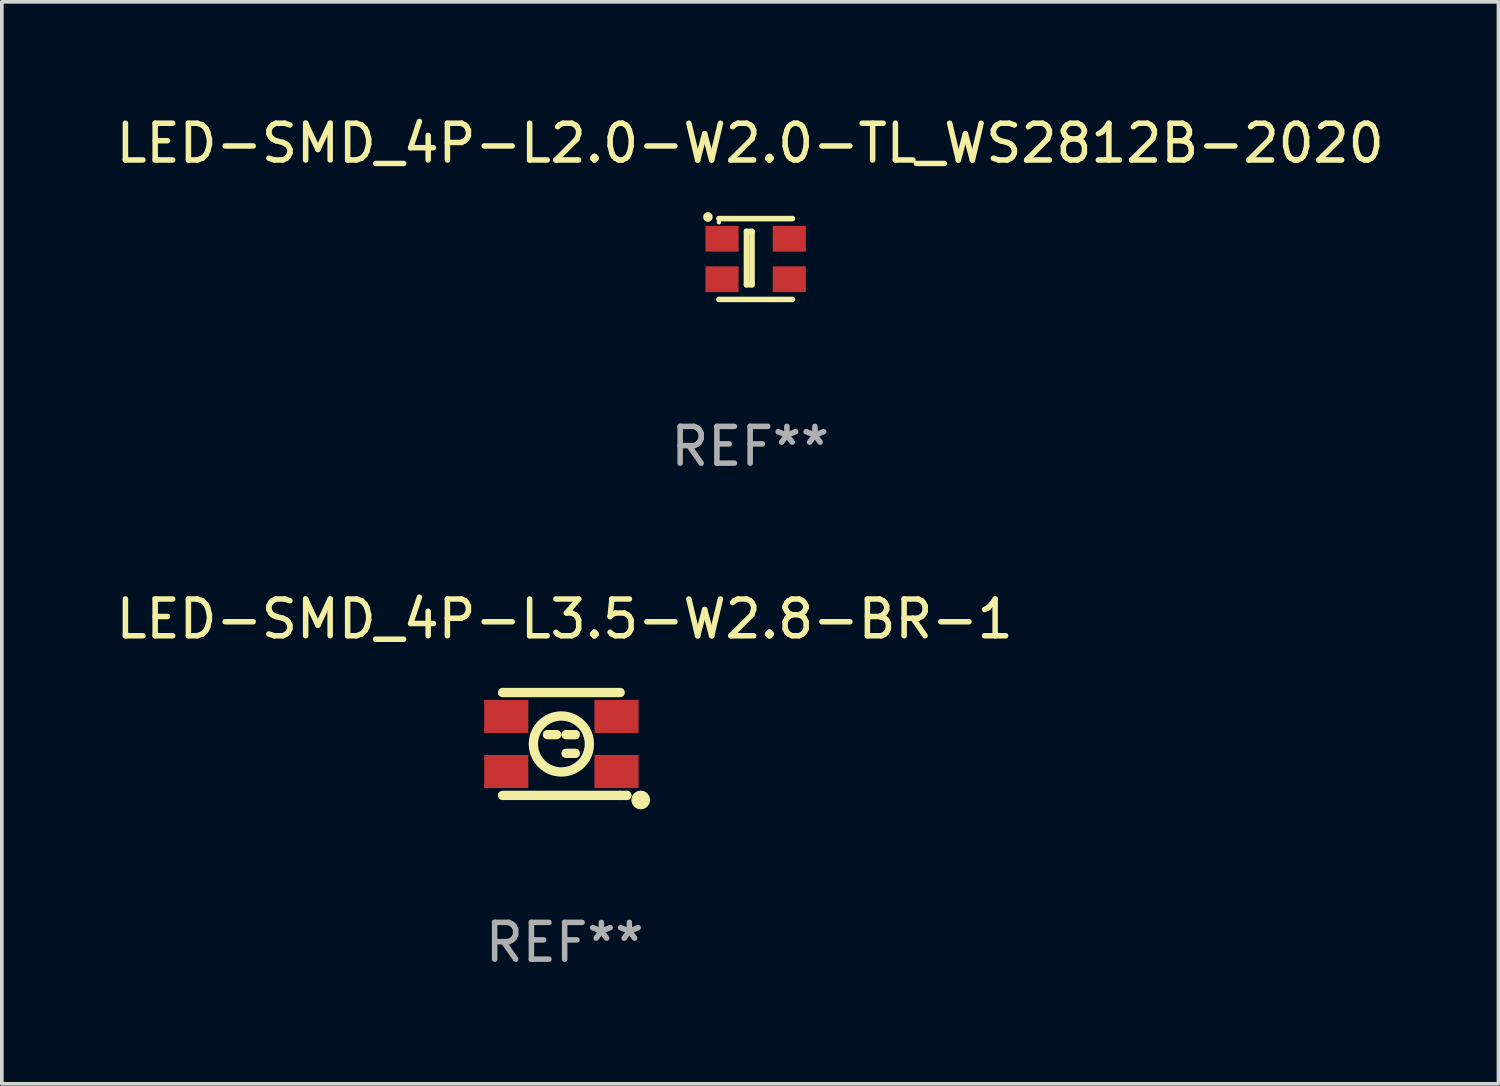
<source format=kicad_pcb>
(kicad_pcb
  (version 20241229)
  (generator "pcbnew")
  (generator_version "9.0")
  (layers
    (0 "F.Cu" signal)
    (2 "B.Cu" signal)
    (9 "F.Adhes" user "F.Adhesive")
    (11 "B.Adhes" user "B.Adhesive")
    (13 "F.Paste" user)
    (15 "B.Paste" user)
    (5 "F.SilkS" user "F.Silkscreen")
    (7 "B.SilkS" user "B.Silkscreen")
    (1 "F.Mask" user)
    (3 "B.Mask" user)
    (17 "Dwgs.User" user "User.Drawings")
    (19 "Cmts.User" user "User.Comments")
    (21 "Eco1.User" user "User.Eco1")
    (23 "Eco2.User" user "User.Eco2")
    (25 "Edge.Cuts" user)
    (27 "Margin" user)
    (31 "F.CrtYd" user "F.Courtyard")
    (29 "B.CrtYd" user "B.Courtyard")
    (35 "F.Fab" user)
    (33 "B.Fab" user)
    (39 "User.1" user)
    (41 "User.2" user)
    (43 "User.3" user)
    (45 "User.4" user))
  (footprint "LED-SMD_4P-L3.5-W2.8-BR-1"
    (layer "F.Cu")
    (at 12.226 17.195)
    (property "Reference" "LED-SMD_4P-L3.5-W2.8-BR-1" (at 0.089 -3.4 0) (layer "F.SilkS") (effects (font (size 1 1) (thickness 0.15))))
    (attr smd)
    (fp_line (start -1.6 -1.4) (end 1.6 -1.4) (stroke (width 0.254) (type solid)) (layer "F.SilkS"))
    (fp_line (start -0.127 -0.254) (end -0.381 -0.254) (stroke (width 0.254) (type solid)) (layer "F.SilkS"))
    (fp_line (start 0.381 -0.254) (end 0.127 -0.254) (stroke (width 0.254) (type solid)) (layer "F.SilkS"))
    (fp_line (start 0.381 0.254) (end 0.127 0.254) (stroke (width 0.254) (type solid)) (layer "F.SilkS"))
    (fp_line (start 1.6 1.4) (end -1.6 1.4) (stroke (width 0.254) (type solid)) (layer "F.SilkS"))
    (fp_line (start 1.6 1.4) (end 1.778 1.4) (stroke (width 0.254) (type solid)) (layer "F.SilkS"))
    (fp_line (start 1.778 1.4) (end 1.778 1.4) (stroke (width 0.254) (type solid)) (layer "F.SilkS"))
    (fp_circle (center 0.000127 0) (end 0.762 0) (stroke (width 0.254) (type solid)) (fill no) (layer "F.SilkS"))
    (fp_circle (center 1.75 1.4) (end 1.78 1.4) (stroke (width 0.06) (type solid)) (fill no) (layer "F.SilkS"))
    (fp_circle (center 2.159 1.524) (end 2.286 1.524) (stroke (width 0.254) (type solid)) (fill no) (layer "F.SilkS"))
    (fp_text user "REF**" (at 0.089 5.4 0) (layer "F.Fab") (effects (font (size 1 1) (thickness 0.15))))
    (pad "1" smd rect (at 1.5 0.75 180) (size 1.2 0.9) (layers "F.Cu" "F.Mask" "F.Paste"))
    (pad "2" smd rect (at 1.5 -0.75 180) (size 1.2 0.9) (layers "F.Cu" "F.Mask" "F.Paste"))
    (pad "3" smd rect (at -1.5 -0.75 180) (size 1.2 0.9) (layers "F.Cu" "F.Mask" "F.Paste"))
    (pad "4" smd rect (at -1.5 0.75 180) (size 1.2 0.9) (layers "F.Cu" "F.Mask" "F.Paste")))
  (footprint "LED-SMD_4P-L2.0-W2.0-TL_WS2812B-2020"
    (layer "F.Cu")
    (at 17.513 3.998)
    (property "Reference" "LED-SMD_4P-L2.0-W2.0-TL_WS2812B-2020" (at -0.15 -3.15 0) (layer "F.SilkS") (effects (font (size 1 1) (thickness 0.15))))
    (attr smd)
    (fp_line (start -1.3 -1.15) (end -1.3 -1.138) (stroke (width 0.254) (type solid)) (layer "F.SilkS"))
    (fp_line (start -1 1.1) (end 1 1.1) (stroke (width 0.152) (type solid)) (layer "F.SilkS"))
    (fp_line (start -0.25 -0.75) (end -0.25 0.7) (stroke (width 0.152) (type solid)) (layer "F.SilkS"))
    (fp_line (start -0.25 -0.75) (end -0.1 -0.75) (stroke (width 0.152) (type solid)) (layer "F.SilkS"))
    (fp_line (start -0.1 -0.75) (end -0.1 0.65) (stroke (width 0.152) (type solid)) (layer "F.SilkS"))
    (fp_line (start -0.1 0.65) (end -0.1 0.7) (stroke (width 0.152) (type solid)) (layer "F.SilkS"))
    (fp_line (start -0.1 0.7) (end -0.25 0.7) (stroke (width 0.152) (type solid)) (layer "F.SilkS"))
    (fp_line (start 1 -1.1) (end -1 -1.1) (stroke (width 0.152) (type solid)) (layer "F.SilkS"))
    (fp_circle (center -1 -1) (end -0.97 -1) (stroke (width 0.06) (type solid)) (fill no) (layer "F.SilkS"))
    (fp_text user "REF**" (at -0.15 5.1 0) (layer "F.Fab") (effects (font (size 1 1) (thickness 0.15))))
    (pad "1" smd rect (at -0.915 -0.55) (size 0.9 0.7) (layers "F.Cu" "F.Mask" "F.Paste"))
    (pad "2" smd rect (at -0.915 0.55) (size 0.9 0.7) (layers "F.Cu" "F.Mask" "F.Paste"))
    (pad "3" smd rect (at 0.915 0.55) (size 0.9 0.7) (layers "F.Cu" "F.Mask" "F.Paste"))
    (pad "4" smd rect (at 0.915 -0.55) (size 0.9 0.7) (layers "F.Cu" "F.Mask" "F.Paste")))
  (gr_rect
    (start -3 -3)
    (end 37.726 26.443)
    (stroke (width 0.1) (type default))
    (fill no)
    (layer "Edge.Cuts")))
</source>
